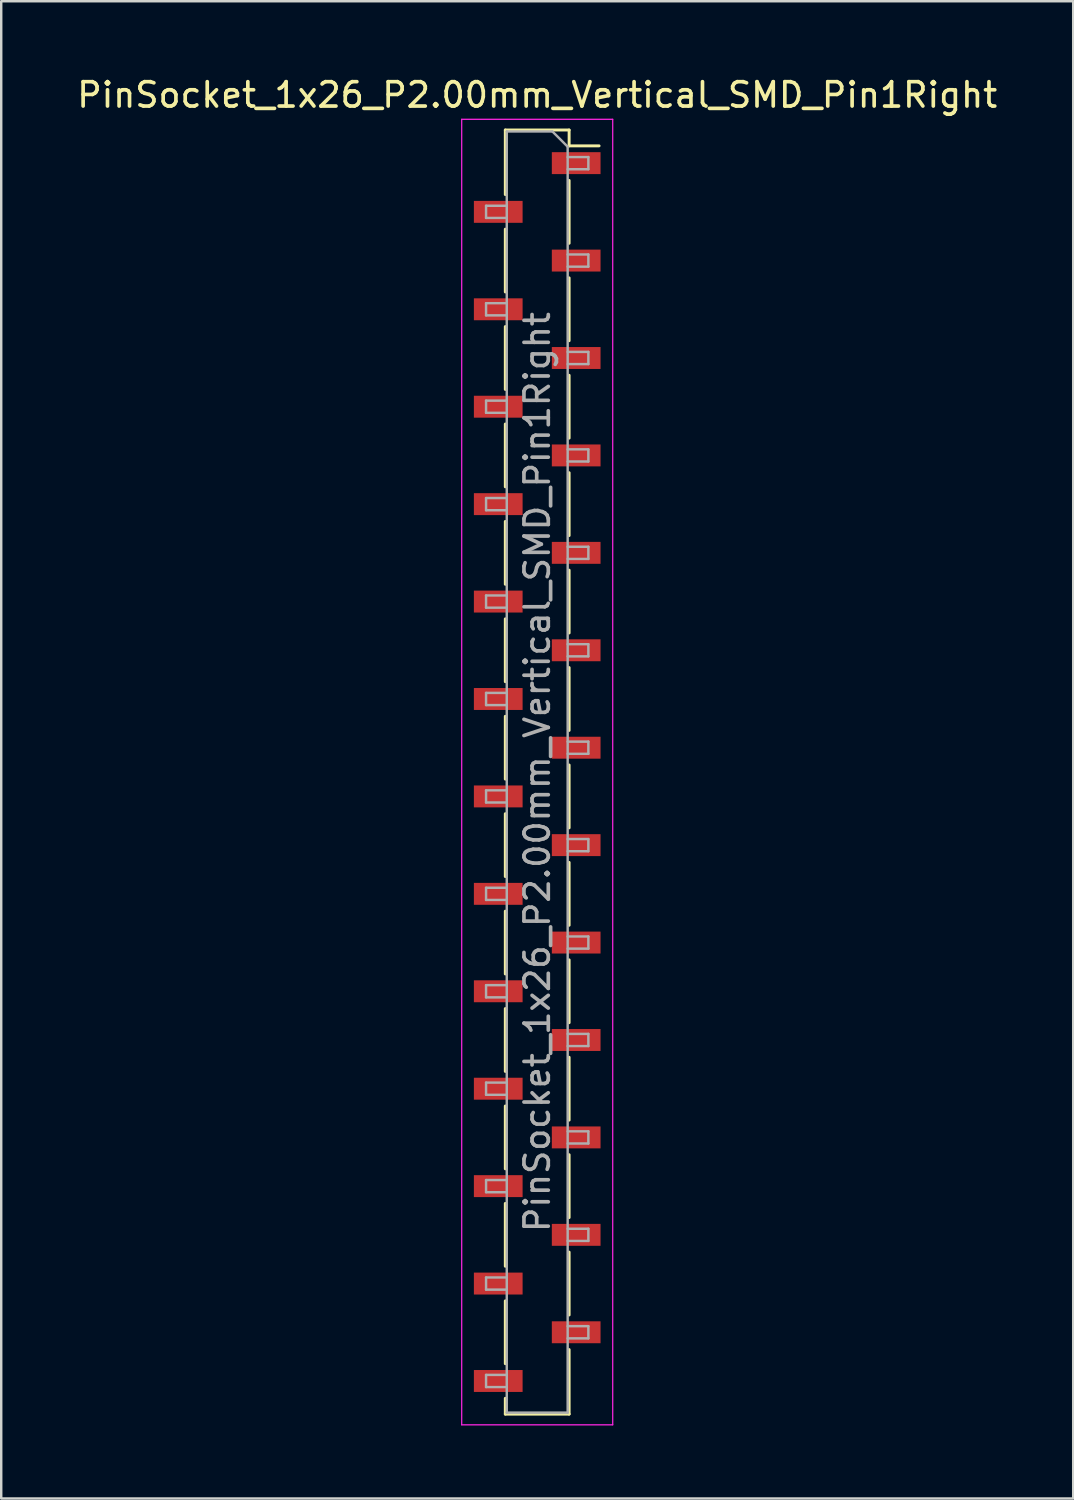
<source format=kicad_pcb>
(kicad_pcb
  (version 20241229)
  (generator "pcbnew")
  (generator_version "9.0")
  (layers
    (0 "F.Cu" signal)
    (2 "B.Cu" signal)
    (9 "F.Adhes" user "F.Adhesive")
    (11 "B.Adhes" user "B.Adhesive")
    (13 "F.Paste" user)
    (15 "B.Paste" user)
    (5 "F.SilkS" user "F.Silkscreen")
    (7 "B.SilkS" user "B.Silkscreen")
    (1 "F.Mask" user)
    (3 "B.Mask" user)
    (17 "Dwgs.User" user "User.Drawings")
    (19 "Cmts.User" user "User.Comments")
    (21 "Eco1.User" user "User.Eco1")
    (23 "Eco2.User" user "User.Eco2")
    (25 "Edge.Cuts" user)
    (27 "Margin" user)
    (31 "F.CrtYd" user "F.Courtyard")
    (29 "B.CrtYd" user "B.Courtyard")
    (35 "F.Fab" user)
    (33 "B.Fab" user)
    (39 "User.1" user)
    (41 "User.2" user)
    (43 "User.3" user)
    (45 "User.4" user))
  (footprint "PinSocket_1x26_P2.00mm_Vertical_SMD_Pin1Right"
    (layer "F.Cu")
    (at 19.006 28.648)
    (property "Reference" "PinSocket_1x26_P2.00mm_Vertical_SMD_Pin1Right" (at 0 -27.8 0) (layer "F.SilkS") (effects (font (size 1 1) (thickness 0.15))))
    (attr smd)
    (fp_line (start -1.31 -26.36) (end -1.31 -23.71) (stroke (width 0.12) (type solid)) (layer "F.SilkS"))
    (fp_line (start -1.31 -26.36) (end 1.31 -26.36) (stroke (width 0.12) (type solid)) (layer "F.SilkS"))
    (fp_line (start -1.31 -22.29) (end -1.31 -19.71) (stroke (width 0.12) (type solid)) (layer "F.SilkS"))
    (fp_line (start -1.31 -18.29) (end -1.31 -15.71) (stroke (width 0.12) (type solid)) (layer "F.SilkS"))
    (fp_line (start -1.31 -14.29) (end -1.31 -11.71) (stroke (width 0.12) (type solid)) (layer "F.SilkS"))
    (fp_line (start -1.31 -10.29) (end -1.31 -7.71) (stroke (width 0.12) (type solid)) (layer "F.SilkS"))
    (fp_line (start -1.31 -6.29) (end -1.31 -3.71) (stroke (width 0.12) (type solid)) (layer "F.SilkS"))
    (fp_line (start -1.31 -2.29) (end -1.31 0.29) (stroke (width 0.12) (type solid)) (layer "F.SilkS"))
    (fp_line (start -1.31 1.71) (end -1.31 4.29) (stroke (width 0.12) (type solid)) (layer "F.SilkS"))
    (fp_line (start -1.31 5.71) (end -1.31 8.29) (stroke (width 0.12) (type solid)) (layer "F.SilkS"))
    (fp_line (start -1.31 9.71) (end -1.31 12.29) (stroke (width 0.12) (type solid)) (layer "F.SilkS"))
    (fp_line (start -1.31 13.71) (end -1.31 16.29) (stroke (width 0.12) (type solid)) (layer "F.SilkS"))
    (fp_line (start -1.31 17.71) (end -1.31 20.29) (stroke (width 0.12) (type solid)) (layer "F.SilkS"))
    (fp_line (start -1.31 21.71) (end -1.31 24.29) (stroke (width 0.12) (type solid)) (layer "F.SilkS"))
    (fp_line (start -1.31 25.71) (end -1.31 26.36) (stroke (width 0.12) (type solid)) (layer "F.SilkS"))
    (fp_line (start -1.31 26.36) (end 1.31 26.36) (stroke (width 0.12) (type solid)) (layer "F.SilkS"))
    (fp_line (start 1.31 -26.36) (end 1.31 -25.71) (stroke (width 0.12) (type solid)) (layer "F.SilkS"))
    (fp_line (start 1.31 -25.71) (end 2.54 -25.71) (stroke (width 0.12) (type solid)) (layer "F.SilkS"))
    (fp_line (start 1.31 -24.29) (end 1.31 -21.71) (stroke (width 0.12) (type solid)) (layer "F.SilkS"))
    (fp_line (start 1.31 -20.29) (end 1.31 -17.71) (stroke (width 0.12) (type solid)) (layer "F.SilkS"))
    (fp_line (start 1.31 -16.29) (end 1.31 -13.71) (stroke (width 0.12) (type solid)) (layer "F.SilkS"))
    (fp_line (start 1.31 -12.29) (end 1.31 -9.71) (stroke (width 0.12) (type solid)) (layer "F.SilkS"))
    (fp_line (start 1.31 -8.29) (end 1.31 -5.71) (stroke (width 0.12) (type solid)) (layer "F.SilkS"))
    (fp_line (start 1.31 -4.29) (end 1.31 -1.71) (stroke (width 0.12) (type solid)) (layer "F.SilkS"))
    (fp_line (start 1.31 -0.29) (end 1.31 2.29) (stroke (width 0.12) (type solid)) (layer "F.SilkS"))
    (fp_line (start 1.31 3.71) (end 1.31 6.29) (stroke (width 0.12) (type solid)) (layer "F.SilkS"))
    (fp_line (start 1.31 7.71) (end 1.31 10.29) (stroke (width 0.12) (type solid)) (layer "F.SilkS"))
    (fp_line (start 1.31 11.71) (end 1.31 14.29) (stroke (width 0.12) (type solid)) (layer "F.SilkS"))
    (fp_line (start 1.31 15.71) (end 1.31 18.29) (stroke (width 0.12) (type solid)) (layer "F.SilkS"))
    (fp_line (start 1.31 19.71) (end 1.31 22.29) (stroke (width 0.12) (type solid)) (layer "F.SilkS"))
    (fp_line (start 1.31 23.71) (end 1.31 26.36) (stroke (width 0.12) (type solid)) (layer "F.SilkS"))
    (fp_line (start -3.1 -26.8) (end 3.1 -26.8) (stroke (width 0.05) (type solid)) (layer "F.CrtYd"))
    (fp_line (start -3.1 26.8) (end -3.1 -26.8) (stroke (width 0.05) (type solid)) (layer "F.CrtYd"))
    (fp_line (start 3.1 -26.8) (end 3.1 26.8) (stroke (width 0.05) (type solid)) (layer "F.CrtYd"))
    (fp_line (start 3.1 26.8) (end -3.1 26.8) (stroke (width 0.05) (type solid)) (layer "F.CrtYd"))
    (fp_line (start -2.1 -23.25) (end -1.25 -23.25) (stroke (width 0.1) (type solid)) (layer "F.Fab"))
    (fp_line (start -2.1 -22.75) (end -2.1 -23.25) (stroke (width 0.1) (type solid)) (layer "F.Fab"))
    (fp_line (start -2.1 -19.25) (end -1.25 -19.25) (stroke (width 0.1) (type solid)) (layer "F.Fab"))
    (fp_line (start -2.1 -18.75) (end -2.1 -19.25) (stroke (width 0.1) (type solid)) (layer "F.Fab"))
    (fp_line (start -2.1 -15.25) (end -1.25 -15.25) (stroke (width 0.1) (type solid)) (layer "F.Fab"))
    (fp_line (start -2.1 -14.75) (end -2.1 -15.25) (stroke (width 0.1) (type solid)) (layer "F.Fab"))
    (fp_line (start -2.1 -11.25) (end -1.25 -11.25) (stroke (width 0.1) (type solid)) (layer "F.Fab"))
    (fp_line (start -2.1 -10.75) (end -2.1 -11.25) (stroke (width 0.1) (type solid)) (layer "F.Fab"))
    (fp_line (start -2.1 -7.25) (end -1.25 -7.25) (stroke (width 0.1) (type solid)) (layer "F.Fab"))
    (fp_line (start -2.1 -6.75) (end -2.1 -7.25) (stroke (width 0.1) (type solid)) (layer "F.Fab"))
    (fp_line (start -2.1 -3.25) (end -1.25 -3.25) (stroke (width 0.1) (type solid)) (layer "F.Fab"))
    (fp_line (start -2.1 -2.75) (end -2.1 -3.25) (stroke (width 0.1) (type solid)) (layer "F.Fab"))
    (fp_line (start -2.1 0.75) (end -1.25 0.75) (stroke (width 0.1) (type solid)) (layer "F.Fab"))
    (fp_line (start -2.1 1.25) (end -2.1 0.75) (stroke (width 0.1) (type solid)) (layer "F.Fab"))
    (fp_line (start -2.1 4.75) (end -1.25 4.75) (stroke (width 0.1) (type solid)) (layer "F.Fab"))
    (fp_line (start -2.1 5.25) (end -2.1 4.75) (stroke (width 0.1) (type solid)) (layer "F.Fab"))
    (fp_line (start -2.1 8.75) (end -1.25 8.75) (stroke (width 0.1) (type solid)) (layer "F.Fab"))
    (fp_line (start -2.1 9.25) (end -2.1 8.75) (stroke (width 0.1) (type solid)) (layer "F.Fab"))
    (fp_line (start -2.1 12.75) (end -1.25 12.75) (stroke (width 0.1) (type solid)) (layer "F.Fab"))
    (fp_line (start -2.1 13.25) (end -2.1 12.75) (stroke (width 0.1) (type solid)) (layer "F.Fab"))
    (fp_line (start -2.1 16.75) (end -1.25 16.75) (stroke (width 0.1) (type solid)) (layer "F.Fab"))
    (fp_line (start -2.1 17.25) (end -2.1 16.75) (stroke (width 0.1) (type solid)) (layer "F.Fab"))
    (fp_line (start -2.1 20.75) (end -1.25 20.75) (stroke (width 0.1) (type solid)) (layer "F.Fab"))
    (fp_line (start -2.1 21.25) (end -2.1 20.75) (stroke (width 0.1) (type solid)) (layer "F.Fab"))
    (fp_line (start -2.1 24.75) (end -1.25 24.75) (stroke (width 0.1) (type solid)) (layer "F.Fab"))
    (fp_line (start -2.1 25.25) (end -2.1 24.75) (stroke (width 0.1) (type solid)) (layer "F.Fab"))
    (fp_line (start -1.25 -26.3) (end 0.625 -26.3) (stroke (width 0.1) (type solid)) (layer "F.Fab"))
    (fp_line (start -1.25 -22.75) (end -2.1 -22.75) (stroke (width 0.1) (type solid)) (layer "F.Fab"))
    (fp_line (start -1.25 -18.75) (end -2.1 -18.75) (stroke (width 0.1) (type solid)) (layer "F.Fab"))
    (fp_line (start -1.25 -14.75) (end -2.1 -14.75) (stroke (width 0.1) (type solid)) (layer "F.Fab"))
    (fp_line (start -1.25 -10.75) (end -2.1 -10.75) (stroke (width 0.1) (type solid)) (layer "F.Fab"))
    (fp_line (start -1.25 -6.75) (end -2.1 -6.75) (stroke (width 0.1) (type solid)) (layer "F.Fab"))
    (fp_line (start -1.25 -2.75) (end -2.1 -2.75) (stroke (width 0.1) (type solid)) (layer "F.Fab"))
    (fp_line (start -1.25 1.25) (end -2.1 1.25) (stroke (width 0.1) (type solid)) (layer "F.Fab"))
    (fp_line (start -1.25 5.25) (end -2.1 5.25) (stroke (width 0.1) (type solid)) (layer "F.Fab"))
    (fp_line (start -1.25 9.25) (end -2.1 9.25) (stroke (width 0.1) (type solid)) (layer "F.Fab"))
    (fp_line (start -1.25 13.25) (end -2.1 13.25) (stroke (width 0.1) (type solid)) (layer "F.Fab"))
    (fp_line (start -1.25 17.25) (end -2.1 17.25) (stroke (width 0.1) (type solid)) (layer "F.Fab"))
    (fp_line (start -1.25 21.25) (end -2.1 21.25) (stroke (width 0.1) (type solid)) (layer "F.Fab"))
    (fp_line (start -1.25 25.25) (end -2.1 25.25) (stroke (width 0.1) (type solid)) (layer "F.Fab"))
    (fp_line (start -1.25 26.3) (end -1.25 -26.3) (stroke (width 0.1) (type solid)) (layer "F.Fab"))
    (fp_line (start 0.625 -26.3) (end 1.25 -25.675) (stroke (width 0.1) (type solid)) (layer "F.Fab"))
    (fp_line (start 1.25 -25.675) (end 1.25 26.3) (stroke (width 0.1) (type solid)) (layer "F.Fab"))
    (fp_line (start 1.25 -25.25) (end 2.1 -25.25) (stroke (width 0.1) (type solid)) (layer "F.Fab"))
    (fp_line (start 1.25 -21.25) (end 2.1 -21.25) (stroke (width 0.1) (type solid)) (layer "F.Fab"))
    (fp_line (start 1.25 -17.25) (end 2.1 -17.25) (stroke (width 0.1) (type solid)) (layer "F.Fab"))
    (fp_line (start 1.25 -13.25) (end 2.1 -13.25) (stroke (width 0.1) (type solid)) (layer "F.Fab"))
    (fp_line (start 1.25 -9.25) (end 2.1 -9.25) (stroke (width 0.1) (type solid)) (layer "F.Fab"))
    (fp_line (start 1.25 -5.25) (end 2.1 -5.25) (stroke (width 0.1) (type solid)) (layer "F.Fab"))
    (fp_line (start 1.25 -1.25) (end 2.1 -1.25) (stroke (width 0.1) (type solid)) (layer "F.Fab"))
    (fp_line (start 1.25 2.75) (end 2.1 2.75) (stroke (width 0.1) (type solid)) (layer "F.Fab"))
    (fp_line (start 1.25 6.75) (end 2.1 6.75) (stroke (width 0.1) (type solid)) (layer "F.Fab"))
    (fp_line (start 1.25 10.75) (end 2.1 10.75) (stroke (width 0.1) (type solid)) (layer "F.Fab"))
    (fp_line (start 1.25 14.75) (end 2.1 14.75) (stroke (width 0.1) (type solid)) (layer "F.Fab"))
    (fp_line (start 1.25 18.75) (end 2.1 18.75) (stroke (width 0.1) (type solid)) (layer "F.Fab"))
    (fp_line (start 1.25 22.75) (end 2.1 22.75) (stroke (width 0.1) (type solid)) (layer "F.Fab"))
    (fp_line (start 1.25 26.3) (end -1.25 26.3) (stroke (width 0.1) (type solid)) (layer "F.Fab"))
    (fp_line (start 2.1 -25.25) (end 2.1 -24.75) (stroke (width 0.1) (type solid)) (layer "F.Fab"))
    (fp_line (start 2.1 -24.75) (end 1.25 -24.75) (stroke (width 0.1) (type solid)) (layer "F.Fab"))
    (fp_line (start 2.1 -21.25) (end 2.1 -20.75) (stroke (width 0.1) (type solid)) (layer "F.Fab"))
    (fp_line (start 2.1 -20.75) (end 1.25 -20.75) (stroke (width 0.1) (type solid)) (layer "F.Fab"))
    (fp_line (start 2.1 -17.25) (end 2.1 -16.75) (stroke (width 0.1) (type solid)) (layer "F.Fab"))
    (fp_line (start 2.1 -16.75) (end 1.25 -16.75) (stroke (width 0.1) (type solid)) (layer "F.Fab"))
    (fp_line (start 2.1 -13.25) (end 2.1 -12.75) (stroke (width 0.1) (type solid)) (layer "F.Fab"))
    (fp_line (start 2.1 -12.75) (end 1.25 -12.75) (stroke (width 0.1) (type solid)) (layer "F.Fab"))
    (fp_line (start 2.1 -9.25) (end 2.1 -8.75) (stroke (width 0.1) (type solid)) (layer "F.Fab"))
    (fp_line (start 2.1 -8.75) (end 1.25 -8.75) (stroke (width 0.1) (type solid)) (layer "F.Fab"))
    (fp_line (start 2.1 -5.25) (end 2.1 -4.75) (stroke (width 0.1) (type solid)) (layer "F.Fab"))
    (fp_line (start 2.1 -4.75) (end 1.25 -4.75) (stroke (width 0.1) (type solid)) (layer "F.Fab"))
    (fp_line (start 2.1 -1.25) (end 2.1 -0.75) (stroke (width 0.1) (type solid)) (layer "F.Fab"))
    (fp_line (start 2.1 -0.75) (end 1.25 -0.75) (stroke (width 0.1) (type solid)) (layer "F.Fab"))
    (fp_line (start 2.1 2.75) (end 2.1 3.25) (stroke (width 0.1) (type solid)) (layer "F.Fab"))
    (fp_line (start 2.1 3.25) (end 1.25 3.25) (stroke (width 0.1) (type solid)) (layer "F.Fab"))
    (fp_line (start 2.1 6.75) (end 2.1 7.25) (stroke (width 0.1) (type solid)) (layer "F.Fab"))
    (fp_line (start 2.1 7.25) (end 1.25 7.25) (stroke (width 0.1) (type solid)) (layer "F.Fab"))
    (fp_line (start 2.1 10.75) (end 2.1 11.25) (stroke (width 0.1) (type solid)) (layer "F.Fab"))
    (fp_line (start 2.1 11.25) (end 1.25 11.25) (stroke (width 0.1) (type solid)) (layer "F.Fab"))
    (fp_line (start 2.1 14.75) (end 2.1 15.25) (stroke (width 0.1) (type solid)) (layer "F.Fab"))
    (fp_line (start 2.1 15.25) (end 1.25 15.25) (stroke (width 0.1) (type solid)) (layer "F.Fab"))
    (fp_line (start 2.1 18.75) (end 2.1 19.25) (stroke (width 0.1) (type solid)) (layer "F.Fab"))
    (fp_line (start 2.1 19.25) (end 1.25 19.25) (stroke (width 0.1) (type solid)) (layer "F.Fab"))
    (fp_line (start 2.1 22.75) (end 2.1 23.25) (stroke (width 0.1) (type solid)) (layer "F.Fab"))
    (fp_line (start 2.1 23.25) (end 1.25 23.25) (stroke (width 0.1) (type solid)) (layer "F.Fab"))
    (fp_text user "${REFERENCE}" (at 0 0 90) (layer "F.Fab") (effects (font (size 1 1) (thickness 0.15))))
    (pad "1" smd rect (at 1.6 -25) (size 2 0.9) (layers "F.Cu" "F.Mask" "F.Paste"))
    (pad "2" smd rect (at -1.6 -23) (size 2 0.9) (layers "F.Cu" "F.Mask" "F.Paste"))
    (pad "3" smd rect (at 1.6 -21) (size 2 0.9) (layers "F.Cu" "F.Mask" "F.Paste"))
    (pad "4" smd rect (at -1.6 -19) (size 2 0.9) (layers "F.Cu" "F.Mask" "F.Paste"))
    (pad "5" smd rect (at 1.6 -17) (size 2 0.9) (layers "F.Cu" "F.Mask" "F.Paste"))
    (pad "6" smd rect (at -1.6 -15) (size 2 0.9) (layers "F.Cu" "F.Mask" "F.Paste"))
    (pad "7" smd rect (at 1.6 -13) (size 2 0.9) (layers "F.Cu" "F.Mask" "F.Paste"))
    (pad "8" smd rect (at -1.6 -11) (size 2 0.9) (layers "F.Cu" "F.Mask" "F.Paste"))
    (pad "9" smd rect (at 1.6 -9) (size 2 0.9) (layers "F.Cu" "F.Mask" "F.Paste"))
    (pad "10" smd rect (at -1.6 -7) (size 2 0.9) (layers "F.Cu" "F.Mask" "F.Paste"))
    (pad "11" smd rect (at 1.6 -5) (size 2 0.9) (layers "F.Cu" "F.Mask" "F.Paste"))
    (pad "12" smd rect (at -1.6 -3) (size 2 0.9) (layers "F.Cu" "F.Mask" "F.Paste"))
    (pad "13" smd rect (at 1.6 -1) (size 2 0.9) (layers "F.Cu" "F.Mask" "F.Paste"))
    (pad "14" smd rect (at -1.6 1) (size 2 0.9) (layers "F.Cu" "F.Mask" "F.Paste"))
    (pad "15" smd rect (at 1.6 3) (size 2 0.9) (layers "F.Cu" "F.Mask" "F.Paste"))
    (pad "16" smd rect (at -1.6 5) (size 2 0.9) (layers "F.Cu" "F.Mask" "F.Paste"))
    (pad "17" smd rect (at 1.6 7) (size 2 0.9) (layers "F.Cu" "F.Mask" "F.Paste"))
    (pad "18" smd rect (at -1.6 9) (size 2 0.9) (layers "F.Cu" "F.Mask" "F.Paste"))
    (pad "19" smd rect (at 1.6 11) (size 2 0.9) (layers "F.Cu" "F.Mask" "F.Paste"))
    (pad "20" smd rect (at -1.6 13) (size 2 0.9) (layers "F.Cu" "F.Mask" "F.Paste"))
    (pad "21" smd rect (at 1.6 15) (size 2 0.9) (layers "F.Cu" "F.Mask" "F.Paste"))
    (pad "22" smd rect (at -1.6 17) (size 2 0.9) (layers "F.Cu" "F.Mask" "F.Paste"))
    (pad "23" smd rect (at 1.6 19) (size 2 0.9) (layers "F.Cu" "F.Mask" "F.Paste"))
    (pad "24" smd rect (at -1.6 21) (size 2 0.9) (layers "F.Cu" "F.Mask" "F.Paste"))
    (pad "25" smd rect (at 1.6 23) (size 2 0.9) (layers "F.Cu" "F.Mask" "F.Paste"))
    (pad "26" smd rect (at -1.6 25) (size 2 0.9) (layers "F.Cu" "F.Mask" "F.Paste")))
  (gr_rect
    (start -3 -3)
    (end 41.012 58.473)
    (stroke (width 0.1) (type default))
    (fill no)
    (layer "Edge.Cuts")))
</source>
